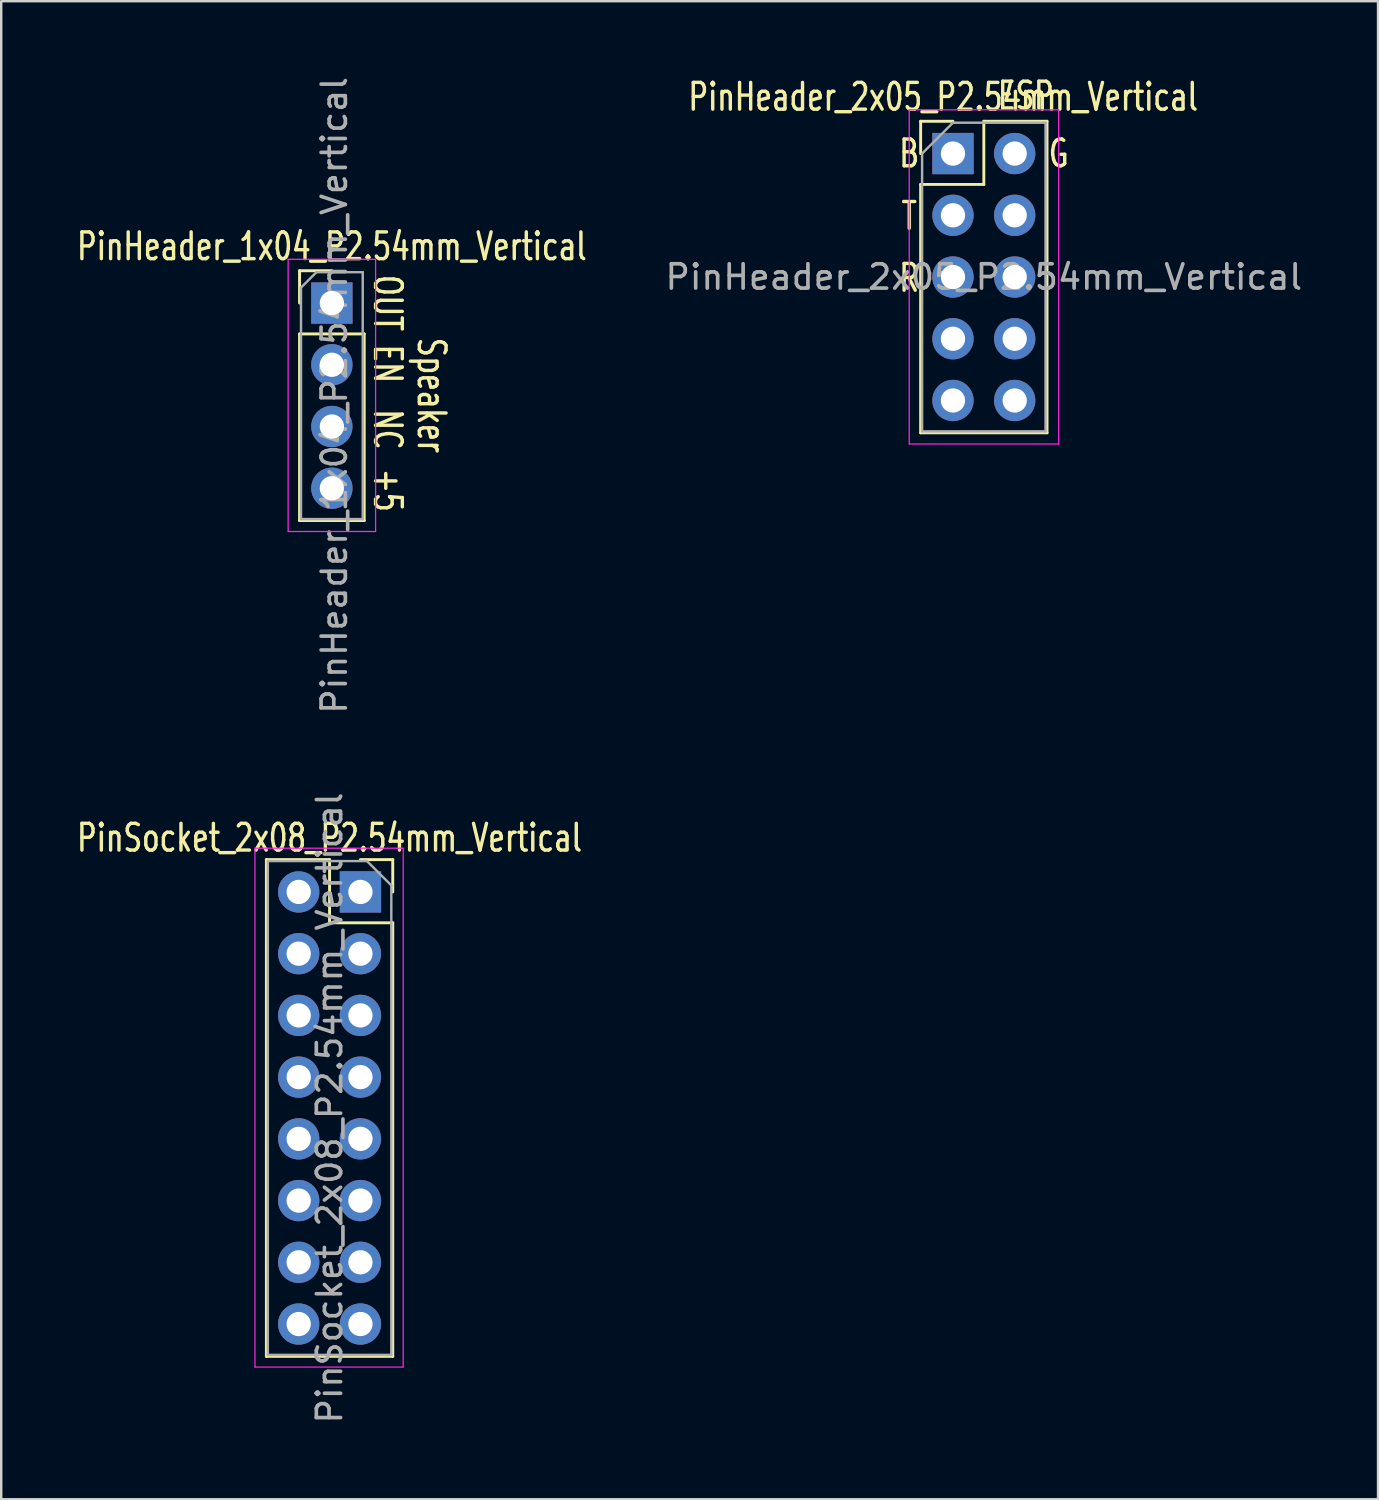
<source format=kicad_pcb>
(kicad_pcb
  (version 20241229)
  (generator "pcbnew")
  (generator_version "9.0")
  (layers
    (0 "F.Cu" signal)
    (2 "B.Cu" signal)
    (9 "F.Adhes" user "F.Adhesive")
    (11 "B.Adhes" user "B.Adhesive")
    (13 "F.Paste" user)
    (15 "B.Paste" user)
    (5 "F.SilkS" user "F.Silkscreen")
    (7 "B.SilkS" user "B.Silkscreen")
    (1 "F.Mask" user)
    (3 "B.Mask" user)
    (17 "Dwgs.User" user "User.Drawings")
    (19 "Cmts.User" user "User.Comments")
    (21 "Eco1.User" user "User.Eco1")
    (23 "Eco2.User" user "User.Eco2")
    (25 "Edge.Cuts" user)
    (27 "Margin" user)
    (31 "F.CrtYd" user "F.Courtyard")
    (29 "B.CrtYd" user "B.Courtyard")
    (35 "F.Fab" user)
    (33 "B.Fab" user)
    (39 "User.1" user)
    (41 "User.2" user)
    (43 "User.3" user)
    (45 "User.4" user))
  (footprint "PinHeader_2x05_P2.54mm_Vertical"
    (layer "F.Cu")
    (at 36.163 3.269)
    (property "Reference" "PinHeader_2x05_P2.54mm_Vertical" (at -0.4 -2.33 0) (unlocked yes) (layer "F.SilkS") (effects (font (size 1.1 0.8) (thickness 0.14))))
    (property "Value" "ESP" (at 1.27 12.49 0) (layer "F.Fab") (hide yes) (effects (font (size 1 1) (thickness 0.15))))
    (attr through_hole)
    (fp_line (start -1.33 -1.33) (end 0 -1.33) (stroke (width 0.12) (type solid)) (layer "F.SilkS"))
    (fp_line (start -1.33 0) (end -1.33 -1.33) (stroke (width 0.12) (type solid)) (layer "F.SilkS"))
    (fp_line (start -1.33 1.27) (end -1.33 11.49) (stroke (width 0.12) (type solid)) (layer "F.SilkS"))
    (fp_line (start -1.33 1.27) (end 1.27 1.27) (stroke (width 0.12) (type solid)) (layer "F.SilkS"))
    (fp_line (start -1.33 11.49) (end 3.87 11.49) (stroke (width 0.12) (type solid)) (layer "F.SilkS"))
    (fp_line (start 1.27 -1.33) (end 3.87 -1.33) (stroke (width 0.12) (type solid)) (layer "F.SilkS"))
    (fp_line (start 1.27 1.27) (end 1.27 -1.33) (stroke (width 0.12) (type solid)) (layer "F.SilkS"))
    (fp_line (start 3.87 -1.33) (end 3.87 11.49) (stroke (width 0.12) (type solid)) (layer "F.SilkS"))
    (fp_line (start -1.8 -1.8) (end -1.8 11.95) (stroke (width 0.05) (type solid)) (layer "F.CrtYd"))
    (fp_line (start -1.8 11.95) (end 4.35 11.95) (stroke (width 0.05) (type solid)) (layer "F.CrtYd"))
    (fp_line (start 4.35 -1.8) (end -1.8 -1.8) (stroke (width 0.05) (type solid)) (layer "F.CrtYd"))
    (fp_line (start 4.35 11.95) (end 4.35 -1.8) (stroke (width 0.05) (type solid)) (layer "F.CrtYd"))
    (fp_line (start -1.27 0) (end 0 -1.27) (stroke (width 0.1) (type solid)) (layer "F.Fab"))
    (fp_line (start -1.27 11.43) (end -1.27 0) (stroke (width 0.1) (type solid)) (layer "F.Fab"))
    (fp_line (start 0 -1.27) (end 3.81 -1.27) (stroke (width 0.1) (type solid)) (layer "F.Fab"))
    (fp_line (start 3.81 -1.27) (end 3.81 11.43) (stroke (width 0.1) (type solid)) (layer "F.Fab"))
    (fp_line (start 3.81 11.43) (end -1.27 11.43) (stroke (width 0.1) (type solid)) (layer "F.Fab"))
    (fp_text user "${VALUE}" (at 3 -2.38 0) (unlocked yes) (layer "F.SilkS") (effects (font (size 1.1 0.8) (thickness 0.14))))
    (fp_text user "B" (at -1.8 0 0) (unlocked yes) (layer "F.SilkS") (effects (font (size 1.1 0.8) (thickness 0.14))))
    (fp_text user "G" (at 4.35 0 0) (unlocked yes) (layer "F.SilkS") (effects (font (size 1.1 0.8) (thickness 0.14))))
    (fp_text user "R" (at -1.8 5.12 0) (unlocked yes) (layer "F.SilkS") (effects (font (size 1.1 0.8) (thickness 0.14))))
    (fp_text user "T" (at -1.8 2.57 0) (unlocked yes) (layer "F.SilkS") (effects (font (size 1.1 0.8) (thickness 0.14))))
    (fp_text user "${REFERENCE}" (at 1.27 5.08 180) (layer "F.Fab") (effects (font (size 1 1) (thickness 0.15))))
    (pad "1" thru_hole rect (at 0 0) (size 1.7 1.7) (drill 1) (layers "*.Cu" "*.Mask"))
    (pad "2" thru_hole oval (at 2.54 0) (size 1.7 1.7) (drill 1) (layers "*.Cu" "*.Mask"))
    (pad "3" thru_hole oval (at 0 2.54) (size 1.7 1.7) (drill 1) (layers "*.Cu" "*.Mask"))
    (pad "4" thru_hole oval (at 2.54 2.54) (size 1.7 1.7) (drill 1) (layers "*.Cu" "*.Mask"))
    (pad "5" thru_hole oval (at 0 5.08) (size 1.7 1.7) (drill 1) (layers "*.Cu" "*.Mask"))
    (pad "6" thru_hole oval (at 2.54 5.08) (size 1.7 1.7) (drill 1) (layers "*.Cu" "*.Mask"))
    (pad "7" thru_hole oval (at 0 7.62) (size 1.7 1.7) (drill 1) (layers "*.Cu" "*.Mask"))
    (pad "8" thru_hole oval (at 2.54 7.62) (size 1.7 1.7) (drill 1) (layers "*.Cu" "*.Mask"))
    (pad "9" thru_hole oval (at 0 10.16) (size 1.7 1.7) (drill 1) (layers "*.Cu" "*.Mask"))
    (pad "10" thru_hole oval (at 2.54 10.16) (size 1.7 1.7) (drill 1) (layers "*.Cu" "*.Mask")))
  (footprint "PinSocket_2x08_P2.54mm_Vertical"
    (layer "F.Cu")
    (at 11.781 33.652)
    (property "Reference" "PinSocket_2x08_P2.54mm_Vertical" (at -1.27 -2.225 0) (unlocked yes) (layer "F.SilkS") (effects (font (size 1.1 0.8) (thickness 0.14))))
    (attr through_hole)
    (fp_line (start -3.87 -1.33) (end -3.87 19.11) (stroke (width 0.12) (type solid)) (layer "F.SilkS"))
    (fp_line (start -3.87 -1.33) (end -1.27 -1.33) (stroke (width 0.12) (type solid)) (layer "F.SilkS"))
    (fp_line (start -3.87 19.11) (end 1.33 19.11) (stroke (width 0.12) (type solid)) (layer "F.SilkS"))
    (fp_line (start -1.27 -1.33) (end -1.27 1.27) (stroke (width 0.12) (type solid)) (layer "F.SilkS"))
    (fp_line (start -1.27 1.27) (end 1.33 1.27) (stroke (width 0.12) (type solid)) (layer "F.SilkS"))
    (fp_line (start 0 -1.33) (end 1.33 -1.33) (stroke (width 0.12) (type solid)) (layer "F.SilkS"))
    (fp_line (start 1.33 -1.33) (end 1.33 0) (stroke (width 0.12) (type solid)) (layer "F.SilkS"))
    (fp_line (start 1.33 1.27) (end 1.33 19.11) (stroke (width 0.12) (type solid)) (layer "F.SilkS"))
    (fp_line (start -4.34 -1.8) (end 1.76 -1.8) (stroke (width 0.05) (type solid)) (layer "F.CrtYd"))
    (fp_line (start -4.34 19.55) (end -4.34 -1.8) (stroke (width 0.05) (type solid)) (layer "F.CrtYd"))
    (fp_line (start 1.76 -1.8) (end 1.76 19.55) (stroke (width 0.05) (type solid)) (layer "F.CrtYd"))
    (fp_line (start 1.76 19.55) (end -4.34 19.55) (stroke (width 0.05) (type solid)) (layer "F.CrtYd"))
    (fp_line (start -3.81 -1.27) (end 0.27 -1.27) (stroke (width 0.1) (type solid)) (layer "F.Fab"))
    (fp_line (start -3.81 19.05) (end -3.81 -1.27) (stroke (width 0.1) (type solid)) (layer "F.Fab"))
    (fp_line (start 0.27 -1.27) (end 1.27 -0.27) (stroke (width 0.1) (type solid)) (layer "F.Fab"))
    (fp_line (start 1.27 -0.27) (end 1.27 19.05) (stroke (width 0.1) (type solid)) (layer "F.Fab"))
    (fp_line (start 1.27 19.05) (end -3.81 19.05) (stroke (width 0.1) (type solid)) (layer "F.Fab"))
    (fp_text user "${REFERENCE}" (at -1.27 8.89 90) (layer "F.Fab") (effects (font (size 1 1) (thickness 0.15))))
    (pad "1" thru_hole rect (at 0 0) (size 1.7 1.7) (drill 1) (layers "*.Cu" "*.Mask"))
    (pad "2" thru_hole oval (at -2.54 0) (size 1.7 1.7) (drill 1) (layers "*.Cu" "*.Mask"))
    (pad "3" thru_hole oval (at 0 2.54) (size 1.7 1.7) (drill 1) (layers "*.Cu" "*.Mask"))
    (pad "4" thru_hole oval (at -2.54 2.54) (size 1.7 1.7) (drill 1) (layers "*.Cu" "*.Mask"))
    (pad "5" thru_hole oval (at 0 5.08) (size 1.7 1.7) (drill 1) (layers "*.Cu" "*.Mask"))
    (pad "6" thru_hole oval (at -2.54 5.08) (size 1.7 1.7) (drill 1) (layers "*.Cu" "*.Mask"))
    (pad "7" thru_hole oval (at 0 7.62) (size 1.7 1.7) (drill 1) (layers "*.Cu" "*.Mask"))
    (pad "8" thru_hole oval (at -2.54 7.62) (size 1.7 1.7) (drill 1) (layers "*.Cu" "*.Mask"))
    (pad "9" thru_hole oval (at 0 10.16) (size 1.7 1.7) (drill 1) (layers "*.Cu" "*.Mask"))
    (pad "10" thru_hole oval (at -2.54 10.16) (size 1.7 1.7) (drill 1) (layers "*.Cu" "*.Mask"))
    (pad "11" thru_hole oval (at 0 12.7) (size 1.7 1.7) (drill 1) (layers "*.Cu" "*.Mask"))
    (pad "12" thru_hole oval (at -2.54 12.7) (size 1.7 1.7) (drill 1) (layers "*.Cu" "*.Mask"))
    (pad "13" thru_hole oval (at 0 15.24) (size 1.7 1.7) (drill 1) (layers "*.Cu" "*.Mask"))
    (pad "14" thru_hole oval (at -2.54 15.24) (size 1.7 1.7) (drill 1) (layers "*.Cu" "*.Mask"))
    (pad "15" thru_hole oval (at 0 17.78) (size 1.7 1.7) (drill 1) (layers "*.Cu" "*.Mask"))
    (pad "16" thru_hole oval (at -2.54 17.78) (size 1.7 1.7) (drill 1) (layers "*.Cu" "*.Mask")))
  (footprint "PinHeader_1x04_P2.54mm_Vertical"
    (layer "F.Cu")
    (at 10.606 9.42)
    (property "Reference" "PinHeader_1x04_P2.54mm_Vertical" (at 0 -2.33 0) (unlocked yes) (layer "F.SilkS") (effects (font (size 1.1 0.8) (thickness 0.14))))
    (attr through_hole)
    (fp_line (start -1.33 -1.33) (end 0 -1.33) (stroke (width 0.12) (type solid)) (layer "F.SilkS"))
    (fp_line (start -1.33 0) (end -1.33 -1.33) (stroke (width 0.12) (type solid)) (layer "F.SilkS"))
    (fp_line (start -1.33 1.27) (end -1.33 8.95) (stroke (width 0.12) (type solid)) (layer "F.SilkS"))
    (fp_line (start -1.33 1.27) (end 1.33 1.27) (stroke (width 0.12) (type solid)) (layer "F.SilkS"))
    (fp_line (start -1.33 8.95) (end 1.33 8.95) (stroke (width 0.12) (type solid)) (layer "F.SilkS"))
    (fp_line (start 1.33 1.27) (end 1.33 8.95) (stroke (width 0.12) (type solid)) (layer "F.SilkS"))
    (fp_line (start -1.8 -1.8) (end -1.8 9.4) (stroke (width 0.05) (type solid)) (layer "F.CrtYd"))
    (fp_line (start -1.8 9.4) (end 1.8 9.4) (stroke (width 0.05) (type solid)) (layer "F.CrtYd"))
    (fp_line (start 1.8 -1.8) (end -1.8 -1.8) (stroke (width 0.05) (type solid)) (layer "F.CrtYd"))
    (fp_line (start 1.8 9.4) (end 1.8 -1.8) (stroke (width 0.05) (type solid)) (layer "F.CrtYd"))
    (fp_line (start -1.27 -0.635) (end -0.635 -1.27) (stroke (width 0.1) (type solid)) (layer "F.Fab"))
    (fp_line (start -1.27 8.89) (end -1.27 -0.635) (stroke (width 0.1) (type solid)) (layer "F.Fab"))
    (fp_line (start -0.635 -1.27) (end 1.27 -1.27) (stroke (width 0.1) (type solid)) (layer "F.Fab"))
    (fp_line (start 1.27 -1.27) (end 1.27 8.89) (stroke (width 0.1) (type solid)) (layer "F.Fab"))
    (fp_line (start 1.27 8.89) (end -1.27 8.89) (stroke (width 0.1) (type solid)) (layer "F.Fab"))
    (fp_text user "+5" (at 2.3 7.7 270) (unlocked yes) (layer "F.SilkS") (effects (font (size 1.1 0.8) (thickness 0.14))))
    (fp_text user "EN" (at 2.3 2.5 270) (unlocked yes) (layer "F.SilkS") (effects (font (size 1.1 0.8) (thickness 0.14))))
    (fp_text user "OUT" (at 2.3 0 270) (unlocked yes) (layer "F.SilkS") (effects (font (size 1.1 0.8) (thickness 0.14))))
    (fp_text user "NC" (at 2.3 5.2 270) (unlocked yes) (layer "F.SilkS") (effects (font (size 1.1 0.8) (thickness 0.14))))
    (fp_text user "Speaker" (at 4.1 3.8 270) (unlocked yes) (layer "F.SilkS") (effects (font (size 1.1 0.8) (thickness 0.14))))
    (fp_text user "${REFERENCE}" (at 0.1 3.8 270) (layer "F.Fab") (effects (font (size 1 1) (thickness 0.15))))
    (pad "1" thru_hole rect (at 0 0) (size 1.7 1.7) (drill 1) (layers "*.Cu" "*.Mask"))
    (pad "2" thru_hole oval (at 0 2.54) (size 1.7 1.7) (drill 1) (layers "*.Cu" "*.Mask"))
    (pad "3" thru_hole oval (at 0 5.08) (size 1.7 1.7) (drill 1) (layers "*.Cu" "*.Mask"))
    (pad "4" thru_hole oval (at 0 7.62) (size 1.7 1.7) (drill 1) (layers "*.Cu" "*.Mask")))
  (gr_rect
    (start -3 -3)
    (end 53.653 58.643)
    (stroke (width 0.1) (type default))
    (fill no)
    (layer "Edge.Cuts")))
</source>
